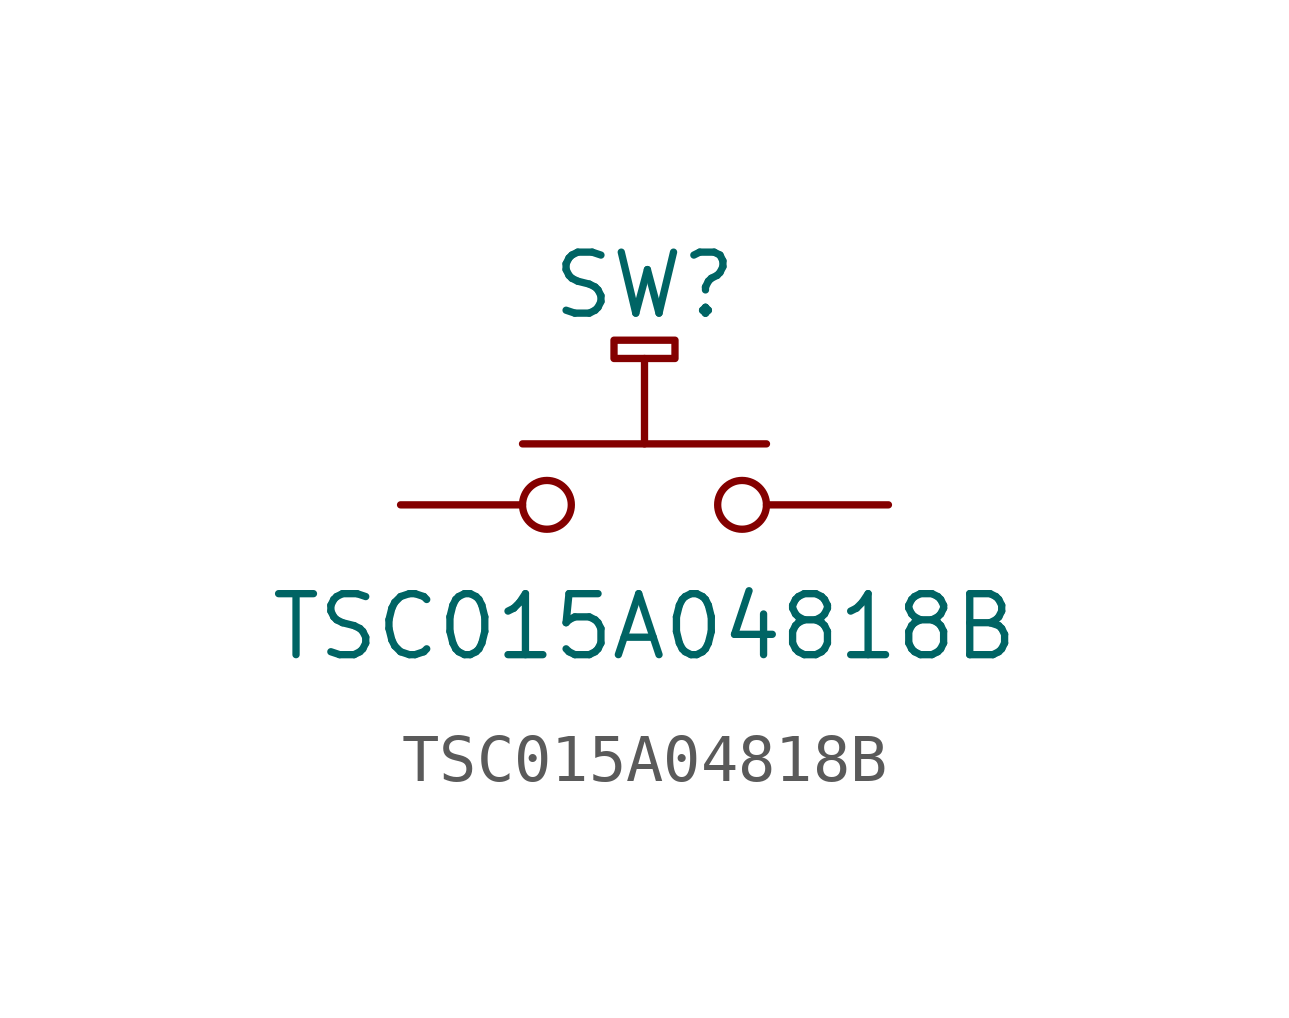
<source format=kicad_sym>
(kicad_symbol_lib
  (version 20220914)
  (generator kicad_symbol_editor)
  (symbol "TSC015A04818B"
    (pin_numbers hide)
    (pin_names hide)
    (property "Reference" "SW"
      (at 0 2.54 0)
      (effects (font (size 1.27 1.27))))
    (property "Value" "TSC015A04818B"
      (at 0 -4.572 0)
      (effects (font (size 1.27 1.27))))
    (symbol "TSC015A04818B_0_1"
      (circle (center -2.032 -2.032) (radius 0.508) (stroke (width 0) (type default)) (fill (type none)))
      (polyline (pts (xy 0 -0.762) (xy 0 1.016)) (stroke (width 0) (type default)) (fill (type none)))
      (polyline (pts (xy 2.54 -0.762) (xy -2.54 -0.762)) (stroke (width 0) (type default)) (fill (type none)))
      (polyline (pts (xy -0.635 1.397) (xy -0.635 1.143) (xy -0.635 1.016) (xy 0.127 1.016) (xy 0.635 1.016) (xy 0.635 1.397) (xy -0.635 1.397)) (stroke (width 0) (type default)) (fill (type none)))
      (circle (center 2.032 -2.032) (radius 0.508) (stroke (width 0) (type default)) (fill (type none)))
      (pin passive line (at -5.08 -2.032 0) (length 2.54) (name "1" (effects (font (size 1.27 1.27)))) (number "1" (effects (font (size 1.27 1.27))))))
    (symbol "TSC015A04818B_1_1"
      (pin passive line (at 5.08 -2.032 180) (length 2.54) (name "3" (effects (font (size 1.27 1.27)))) (number "3" (effects (font (size 1.27 1.27))))))))
</source>
